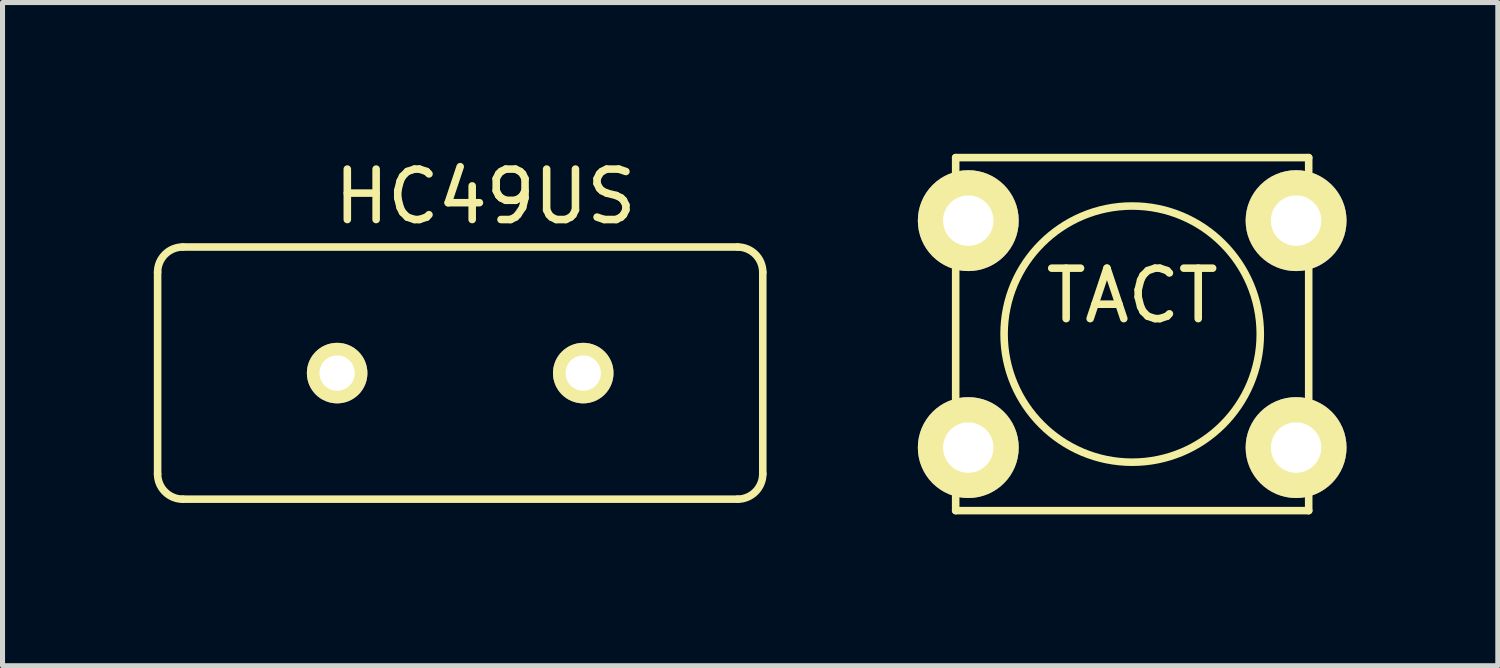
<source format=kicad_pcb>
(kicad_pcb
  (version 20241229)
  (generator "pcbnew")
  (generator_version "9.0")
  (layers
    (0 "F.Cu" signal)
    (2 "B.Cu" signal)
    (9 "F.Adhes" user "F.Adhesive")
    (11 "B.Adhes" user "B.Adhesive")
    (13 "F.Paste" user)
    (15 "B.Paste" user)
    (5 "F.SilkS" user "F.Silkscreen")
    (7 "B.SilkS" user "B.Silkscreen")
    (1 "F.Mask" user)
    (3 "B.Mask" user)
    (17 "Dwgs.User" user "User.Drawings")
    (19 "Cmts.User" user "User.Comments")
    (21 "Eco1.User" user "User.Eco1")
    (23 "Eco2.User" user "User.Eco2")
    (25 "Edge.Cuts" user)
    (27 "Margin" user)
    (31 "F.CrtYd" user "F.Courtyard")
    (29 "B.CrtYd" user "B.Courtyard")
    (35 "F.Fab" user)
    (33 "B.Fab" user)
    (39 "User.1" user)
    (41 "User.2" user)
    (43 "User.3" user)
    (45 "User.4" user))
  (footprint "TACT"
    (layer "F.Cu")
    (at 19.4 3.575)
    (property "Reference" "TACT" (at 0 -0.762 0) (layer "F.SilkS") (effects (font (size 1 1) (thickness 0.15))))
    (attr through_hole)
    (fp_line (start -3.5 -3.5) (end -3.5 3.5) (stroke (width 0.15) (type solid)) (layer "F.SilkS"))
    (fp_line (start -3.5 -3.5) (end 3.5 -3.5) (stroke (width 0.15) (type solid)) (layer "F.SilkS"))
    (fp_line (start 3.5 -3.5) (end 3.5 3.5) (stroke (width 0.15) (type solid)) (layer "F.SilkS"))
    (fp_line (start 3.5 3.5) (end -3.5 3.5) (stroke (width 0.15) (type solid)) (layer "F.SilkS"))
    (fp_circle (center 0 0) (end 0 -2.54) (stroke (width 0.15) (type solid)) (fill no) (layer "F.SilkS"))
    (pad "1" thru_hole circle (at -3.25 -2.25) (size 2 2) (drill 1) (layers "*.Cu" "*.Mask" "F.SilkS"))
    (pad "1" thru_hole circle (at 3.25 -2.25) (size 2 2) (drill 1) (layers "*.Cu" "*.Mask" "F.SilkS"))
    (pad "2" thru_hole circle (at -3.25 2.25) (size 2 2) (drill 1) (layers "*.Cu" "*.Mask" "F.SilkS"))
    (pad "2" thru_hole circle (at 3.25 2.25) (size 2 2) (drill 1) (layers "*.Cu" "*.Mask" "F.SilkS")))
  (footprint "HC49US"
    (layer "F.Cu")
    (at 6.075 4.348)
    (property "Reference" "HC49US" (at 0.5 -3.5 0) (layer "F.SilkS") (effects (font (size 1 1) (thickness 0.15))))
    (attr through_hole)
    (fp_line (start -6 2) (end -6 -2) (stroke (width 0.15) (type solid)) (layer "F.SilkS"))
    (fp_line (start -5.5 -2.5) (end 5.5 -2.5) (stroke (width 0.15) (type solid)) (layer "F.SilkS"))
    (fp_line (start 5.5 2.5) (end -5.5 2.5) (stroke (width 0.15) (type solid)) (layer "F.SilkS"))
    (fp_line (start 6 -2) (end 6 2) (stroke (width 0.15) (type solid)) (layer "F.SilkS"))
    (fp_arc (start -6 -2) (mid -5.853553 -2.353553) (end -5.5 -2.5) (stroke (width 0.15) (type solid)) (layer "F.SilkS"))
    (fp_arc (start -5.5 2.5) (mid -5.853553 2.353553) (end -6 2) (stroke (width 0.15) (type solid)) (layer "F.SilkS"))
    (fp_arc (start 5.5 -2.5) (mid 5.853553 -2.353553) (end 6 -2) (stroke (width 0.15) (type solid)) (layer "F.SilkS"))
    (fp_arc (start 6 2) (mid 5.853553 2.353553) (end 5.5 2.5) (stroke (width 0.15) (type solid)) (layer "F.SilkS"))
    (pad "1" thru_hole circle (at 2.44 0) (size 1.2 1.2) (drill 0.7) (layers "*.Cu" "*.Mask" "F.SilkS"))
    (pad "2" thru_hole circle (at -2.44 0) (size 1.2 1.2) (drill 0.7) (layers "*.Cu" "*.Mask" "F.SilkS")))
  (gr_rect
    (start -3 -3)
    (end 26.65 10.15)
    (stroke (width 0.1) (type default))
    (fill no)
    (layer "Edge.Cuts")))
</source>
